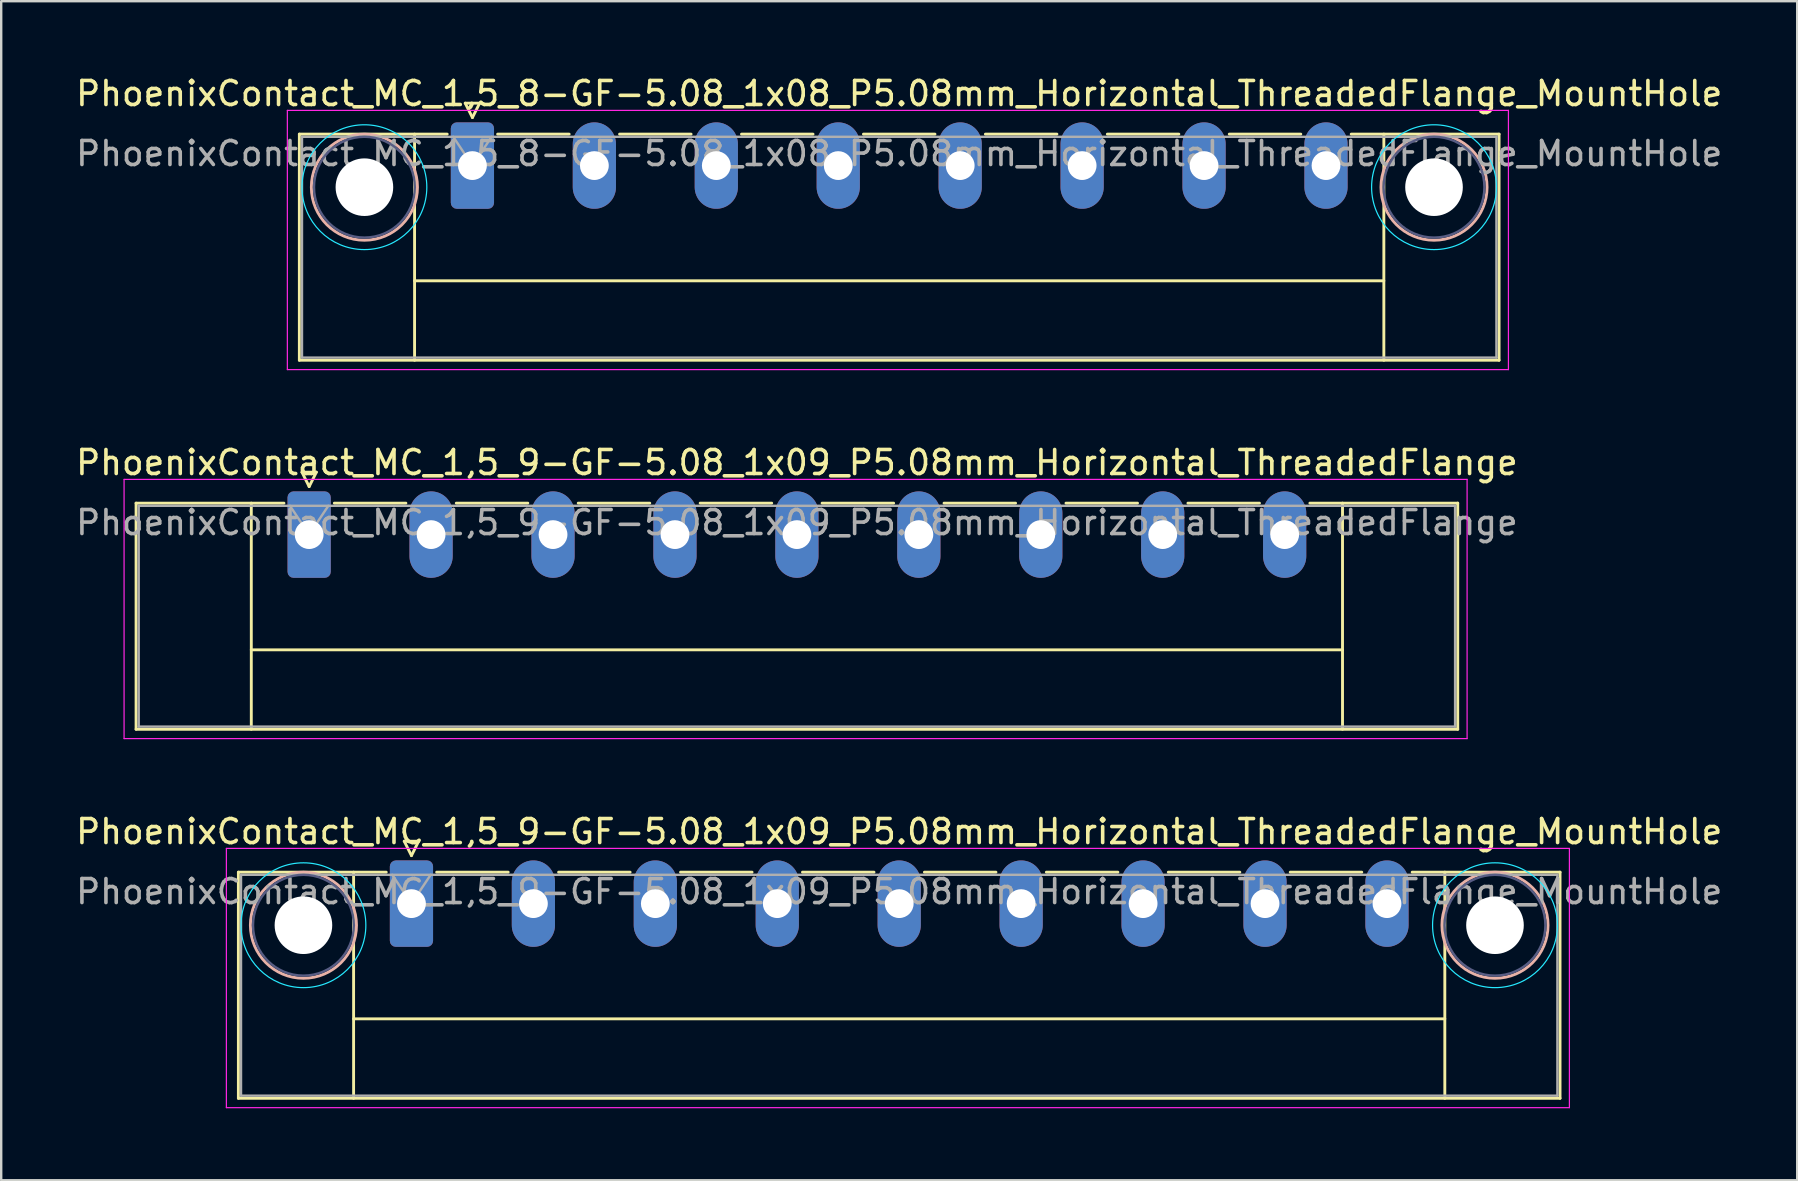
<source format=kicad_pcb>
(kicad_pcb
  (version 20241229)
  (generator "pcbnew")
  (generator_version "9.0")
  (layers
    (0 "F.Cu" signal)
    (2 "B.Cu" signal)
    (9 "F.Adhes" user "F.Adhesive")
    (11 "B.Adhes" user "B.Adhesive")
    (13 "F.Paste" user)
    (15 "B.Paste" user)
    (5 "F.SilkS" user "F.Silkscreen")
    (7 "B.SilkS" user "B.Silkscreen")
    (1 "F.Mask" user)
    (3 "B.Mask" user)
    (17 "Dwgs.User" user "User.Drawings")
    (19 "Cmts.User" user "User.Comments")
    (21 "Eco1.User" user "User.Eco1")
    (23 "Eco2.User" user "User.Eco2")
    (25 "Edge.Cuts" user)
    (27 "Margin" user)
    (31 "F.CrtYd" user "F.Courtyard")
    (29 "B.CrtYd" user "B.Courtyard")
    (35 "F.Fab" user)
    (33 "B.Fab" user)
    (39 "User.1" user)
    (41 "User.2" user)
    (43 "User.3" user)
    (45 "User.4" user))
  (footprint "PhoenixContact_MC_1,5_9-GF-5.08_1x09_P5.08mm_Horizontal_ThreadedFlange_MountHole"
    (layer "F.Cu")
    (at 14.091 34.595)
    (property "Reference" "PhoenixContact_MC_1,5_9-GF-5.08_1x09_P5.08mm_Horizontal_ThreadedFlange_MountHole" (at 20.32 -3 0) (layer "F.SilkS") (effects (font (size 1 1) (thickness 0.15))))
    (attr through_hole)
    (fp_line (start -7.21 -1.31) (end -7.21 8.11) (stroke (width 0.12) (type solid)) (layer "F.SilkS"))
    (fp_line (start -7.21 -1.31) (end -1.05 -1.31) (stroke (width 0.12) (type solid)) (layer "F.SilkS"))
    (fp_line (start -7.21 8.11) (end 47.85 8.11) (stroke (width 0.12) (type solid)) (layer "F.SilkS"))
    (fp_line (start -2.41 -1.31) (end -2.41 8.11) (stroke (width 0.12) (type solid)) (layer "F.SilkS"))
    (fp_line (start -2.41 4.8) (end 43.05 4.8) (stroke (width 0.12) (type solid)) (layer "F.SilkS"))
    (fp_line (start -0.3 -2.6) (end 0.3 -2.6) (stroke (width 0.12) (type solid)) (layer "F.SilkS"))
    (fp_line (start 0 -2) (end -0.3 -2.6) (stroke (width 0.12) (type solid)) (layer "F.SilkS"))
    (fp_line (start 0.3 -2.6) (end 0 -2) (stroke (width 0.12) (type solid)) (layer "F.SilkS"))
    (fp_line (start 1.05 -1.31) (end 4.03 -1.31) (stroke (width 0.12) (type solid)) (layer "F.SilkS"))
    (fp_line (start 6.13 -1.31) (end 9.11 -1.31) (stroke (width 0.12) (type solid)) (layer "F.SilkS"))
    (fp_line (start 11.21 -1.31) (end 14.19 -1.31) (stroke (width 0.12) (type solid)) (layer "F.SilkS"))
    (fp_line (start 16.29 -1.31) (end 19.27 -1.31) (stroke (width 0.12) (type solid)) (layer "F.SilkS"))
    (fp_line (start 21.37 -1.31) (end 24.35 -1.31) (stroke (width 0.12) (type solid)) (layer "F.SilkS"))
    (fp_line (start 26.45 -1.31) (end 29.43 -1.31) (stroke (width 0.12) (type solid)) (layer "F.SilkS"))
    (fp_line (start 31.53 -1.31) (end 34.51 -1.31) (stroke (width 0.12) (type solid)) (layer "F.SilkS"))
    (fp_line (start 36.61 -1.31) (end 39.59 -1.31) (stroke (width 0.12) (type solid)) (layer "F.SilkS"))
    (fp_line (start 43.05 -1.31) (end 43.05 8.11) (stroke (width 0.12) (type solid)) (layer "F.SilkS"))
    (fp_line (start 47.85 -1.31) (end 41.69 -1.31) (stroke (width 0.12) (type solid)) (layer "F.SilkS"))
    (fp_line (start 47.85 8.11) (end 47.85 -1.31) (stroke (width 0.12) (type solid)) (layer "F.SilkS"))
    (fp_circle (center -4.5 0.9) (end -2.29 0.9) (stroke (width 0.12) (type solid)) (fill no) (layer "B.SilkS"))
    (fp_circle (center 45.14 0.9) (end 47.35 0.9) (stroke (width 0.12) (type solid)) (fill no) (layer "B.SilkS"))
    (fp_circle (center -4.5 0.9) (end -1.9 0.9) (stroke (width 0.05) (type solid)) (fill no) (layer "B.CrtYd"))
    (fp_circle (center 45.14 0.9) (end 47.74 0.9) (stroke (width 0.05) (type solid)) (fill no) (layer "B.CrtYd"))
    (fp_line (start -7.71 -2.3) (end -7.71 8.5) (stroke (width 0.05) (type solid)) (layer "F.CrtYd"))
    (fp_line (start -7.71 8.5) (end 48.24 8.5) (stroke (width 0.05) (type solid)) (layer "F.CrtYd"))
    (fp_line (start 48.24 -2.3) (end -7.71 -2.3) (stroke (width 0.05) (type solid)) (layer "F.CrtYd"))
    (fp_line (start 48.24 8.5) (end 48.24 -2.3) (stroke (width 0.05) (type solid)) (layer "F.CrtYd"))
    (fp_circle (center -4.5 0.9) (end -2.4 0.9) (stroke (width 0.1) (type solid)) (fill no) (layer "B.Fab"))
    (fp_circle (center 45.14 0.9) (end 47.24 0.9) (stroke (width 0.1) (type solid)) (fill no) (layer "B.Fab"))
    (fp_line (start -7.1 -1.2) (end -7.1 8) (stroke (width 0.1) (type solid)) (layer "F.Fab"))
    (fp_line (start -7.1 8) (end 47.74 8) (stroke (width 0.1) (type solid)) (layer "F.Fab"))
    (fp_line (start 0 0) (end -0.8 -1.2) (stroke (width 0.1) (type solid)) (layer "F.Fab"))
    (fp_line (start 0.8 -1.2) (end 0 0) (stroke (width 0.1) (type solid)) (layer "F.Fab"))
    (fp_line (start 47.74 -1.2) (end -7.1 -1.2) (stroke (width 0.1) (type solid)) (layer "F.Fab"))
    (fp_line (start 47.74 8) (end 47.74 -1.2) (stroke (width 0.1) (type solid)) (layer "F.Fab"))
    (fp_text user "${REFERENCE}" (at 20.32 -0.5 0) (layer "F.Fab") (effects (font (size 1 1) (thickness 0.15))))
    (pad "" np_thru_hole circle (at -4.5 0.9) (size 2.4 2.4) (drill 2.4) (layers "*.Cu" "*.Mask"))
    (pad "" np_thru_hole circle (at 45.14 0.9) (size 2.4 2.4) (drill 2.4) (layers "*.Cu" "*.Mask"))
    (pad "1" thru_hole roundrect (at 0 0) (size 1.8 3.6) (drill 1.2) (layers "*.Cu" "*.Mask") (roundrect_rratio 0.139))
    (pad "2" thru_hole oval (at 5.08 0) (size 1.8 3.6) (drill 1.2) (layers "*.Cu" "*.Mask"))
    (pad "3" thru_hole oval (at 10.16 0) (size 1.8 3.6) (drill 1.2) (layers "*.Cu" "*.Mask"))
    (pad "4" thru_hole oval (at 15.24 0) (size 1.8 3.6) (drill 1.2) (layers "*.Cu" "*.Mask"))
    (pad "5" thru_hole oval (at 20.32 0) (size 1.8 3.6) (drill 1.2) (layers "*.Cu" "*.Mask"))
    (pad "6" thru_hole oval (at 25.4 0) (size 1.8 3.6) (drill 1.2) (layers "*.Cu" "*.Mask"))
    (pad "7" thru_hole oval (at 30.48 0) (size 1.8 3.6) (drill 1.2) (layers "*.Cu" "*.Mask"))
    (pad "8" thru_hole oval (at 35.56 0) (size 1.8 3.6) (drill 1.2) (layers "*.Cu" "*.Mask"))
    (pad "9" thru_hole oval (at 40.64 0) (size 1.8 3.6) (drill 1.2) (layers "*.Cu" "*.Mask")))
  (footprint "PhoenixContact_MC_1,5_9-GF-5.08_1x09_P5.08mm_Horizontal_ThreadedFlange"
    (layer "F.Cu")
    (at 9.829 19.221)
    (property "Reference" "PhoenixContact_MC_1,5_9-GF-5.08_1x09_P5.08mm_Horizontal_ThreadedFlange" (at 20.32 -3 0) (layer "F.SilkS") (effects (font (size 1 1) (thickness 0.15))))
    (attr through_hole)
    (fp_line (start -7.21 -1.31) (end -7.21 8.11) (stroke (width 0.12) (type solid)) (layer "F.SilkS"))
    (fp_line (start -7.21 -1.31) (end -1.05 -1.31) (stroke (width 0.12) (type solid)) (layer "F.SilkS"))
    (fp_line (start -7.21 8.11) (end 47.85 8.11) (stroke (width 0.12) (type solid)) (layer "F.SilkS"))
    (fp_line (start -2.41 -1.31) (end -2.41 8.11) (stroke (width 0.12) (type solid)) (layer "F.SilkS"))
    (fp_line (start -2.41 4.8) (end 43.05 4.8) (stroke (width 0.12) (type solid)) (layer "F.SilkS"))
    (fp_line (start -0.3 -2.6) (end 0.3 -2.6) (stroke (width 0.12) (type solid)) (layer "F.SilkS"))
    (fp_line (start 0 -2) (end -0.3 -2.6) (stroke (width 0.12) (type solid)) (layer "F.SilkS"))
    (fp_line (start 0.3 -2.6) (end 0 -2) (stroke (width 0.12) (type solid)) (layer "F.SilkS"))
    (fp_line (start 1.05 -1.31) (end 4.03 -1.31) (stroke (width 0.12) (type solid)) (layer "F.SilkS"))
    (fp_line (start 6.13 -1.31) (end 9.11 -1.31) (stroke (width 0.12) (type solid)) (layer "F.SilkS"))
    (fp_line (start 11.21 -1.31) (end 14.19 -1.31) (stroke (width 0.12) (type solid)) (layer "F.SilkS"))
    (fp_line (start 16.29 -1.31) (end 19.27 -1.31) (stroke (width 0.12) (type solid)) (layer "F.SilkS"))
    (fp_line (start 21.37 -1.31) (end 24.35 -1.31) (stroke (width 0.12) (type solid)) (layer "F.SilkS"))
    (fp_line (start 26.45 -1.31) (end 29.43 -1.31) (stroke (width 0.12) (type solid)) (layer "F.SilkS"))
    (fp_line (start 31.53 -1.31) (end 34.51 -1.31) (stroke (width 0.12) (type solid)) (layer "F.SilkS"))
    (fp_line (start 36.61 -1.31) (end 39.59 -1.31) (stroke (width 0.12) (type solid)) (layer "F.SilkS"))
    (fp_line (start 43.05 -1.31) (end 43.05 8.11) (stroke (width 0.12) (type solid)) (layer "F.SilkS"))
    (fp_line (start 47.85 -1.31) (end 41.69 -1.31) (stroke (width 0.12) (type solid)) (layer "F.SilkS"))
    (fp_line (start 47.85 8.11) (end 47.85 -1.31) (stroke (width 0.12) (type solid)) (layer "F.SilkS"))
    (fp_line (start -7.71 -2.3) (end -7.71 8.5) (stroke (width 0.05) (type solid)) (layer "F.CrtYd"))
    (fp_line (start -7.71 8.5) (end 48.24 8.5) (stroke (width 0.05) (type solid)) (layer "F.CrtYd"))
    (fp_line (start 48.24 -2.3) (end -7.71 -2.3) (stroke (width 0.05) (type solid)) (layer "F.CrtYd"))
    (fp_line (start 48.24 8.5) (end 48.24 -2.3) (stroke (width 0.05) (type solid)) (layer "F.CrtYd"))
    (fp_line (start -7.1 -1.2) (end -7.1 8) (stroke (width 0.1) (type solid)) (layer "F.Fab"))
    (fp_line (start -7.1 8) (end 47.74 8) (stroke (width 0.1) (type solid)) (layer "F.Fab"))
    (fp_line (start 0 0) (end -0.8 -1.2) (stroke (width 0.1) (type solid)) (layer "F.Fab"))
    (fp_line (start 0.8 -1.2) (end 0 0) (stroke (width 0.1) (type solid)) (layer "F.Fab"))
    (fp_line (start 47.74 -1.2) (end -7.1 -1.2) (stroke (width 0.1) (type solid)) (layer "F.Fab"))
    (fp_line (start 47.74 8) (end 47.74 -1.2) (stroke (width 0.1) (type solid)) (layer "F.Fab"))
    (fp_text user "${REFERENCE}" (at 20.32 -0.5 0) (layer "F.Fab") (effects (font (size 1 1) (thickness 0.15))))
    (pad "1" thru_hole roundrect (at 0 0) (size 1.8 3.6) (drill 1.2) (layers "*.Cu" "*.Mask") (roundrect_rratio 0.139))
    (pad "2" thru_hole oval (at 5.08 0) (size 1.8 3.6) (drill 1.2) (layers "*.Cu" "*.Mask"))
    (pad "3" thru_hole oval (at 10.16 0) (size 1.8 3.6) (drill 1.2) (layers "*.Cu" "*.Mask"))
    (pad "4" thru_hole oval (at 15.24 0) (size 1.8 3.6) (drill 1.2) (layers "*.Cu" "*.Mask"))
    (pad "5" thru_hole oval (at 20.32 0) (size 1.8 3.6) (drill 1.2) (layers "*.Cu" "*.Mask"))
    (pad "6" thru_hole oval (at 25.4 0) (size 1.8 3.6) (drill 1.2) (layers "*.Cu" "*.Mask"))
    (pad "7" thru_hole oval (at 30.48 0) (size 1.8 3.6) (drill 1.2) (layers "*.Cu" "*.Mask"))
    (pad "8" thru_hole oval (at 35.56 0) (size 1.8 3.6) (drill 1.2) (layers "*.Cu" "*.Mask"))
    (pad "9" thru_hole oval (at 40.64 0) (size 1.8 3.6) (drill 1.2) (layers "*.Cu" "*.Mask")))
  (footprint "PhoenixContact_MC_1,5_8-GF-5.08_1x08_P5.08mm_Horizontal_ThreadedFlange_MountHole"
    (layer "F.Cu")
    (at 16.631 3.848)
    (property "Reference" "PhoenixContact_MC_1,5_8-GF-5.08_1x08_P5.08mm_Horizontal_ThreadedFlange_MountHole" (at 17.78 -3 0) (layer "F.SilkS") (effects (font (size 1 1) (thickness 0.15))))
    (attr through_hole)
    (fp_line (start -7.21 -1.31) (end -7.21 8.11) (stroke (width 0.12) (type solid)) (layer "F.SilkS"))
    (fp_line (start -7.21 -1.31) (end -1.05 -1.31) (stroke (width 0.12) (type solid)) (layer "F.SilkS"))
    (fp_line (start -7.21 8.11) (end 42.77 8.11) (stroke (width 0.12) (type solid)) (layer "F.SilkS"))
    (fp_line (start -2.41 -1.31) (end -2.41 8.11) (stroke (width 0.12) (type solid)) (layer "F.SilkS"))
    (fp_line (start -2.41 4.8) (end 37.97 4.8) (stroke (width 0.12) (type solid)) (layer "F.SilkS"))
    (fp_line (start -0.3 -2.6) (end 0.3 -2.6) (stroke (width 0.12) (type solid)) (layer "F.SilkS"))
    (fp_line (start 0 -2) (end -0.3 -2.6) (stroke (width 0.12) (type solid)) (layer "F.SilkS"))
    (fp_line (start 0.3 -2.6) (end 0 -2) (stroke (width 0.12) (type solid)) (layer "F.SilkS"))
    (fp_line (start 1.05 -1.31) (end 4.03 -1.31) (stroke (width 0.12) (type solid)) (layer "F.SilkS"))
    (fp_line (start 6.13 -1.31) (end 9.11 -1.31) (stroke (width 0.12) (type solid)) (layer "F.SilkS"))
    (fp_line (start 11.21 -1.31) (end 14.19 -1.31) (stroke (width 0.12) (type solid)) (layer "F.SilkS"))
    (fp_line (start 16.29 -1.31) (end 19.27 -1.31) (stroke (width 0.12) (type solid)) (layer "F.SilkS"))
    (fp_line (start 21.37 -1.31) (end 24.35 -1.31) (stroke (width 0.12) (type solid)) (layer "F.SilkS"))
    (fp_line (start 26.45 -1.31) (end 29.43 -1.31) (stroke (width 0.12) (type solid)) (layer "F.SilkS"))
    (fp_line (start 31.53 -1.31) (end 34.51 -1.31) (stroke (width 0.12) (type solid)) (layer "F.SilkS"))
    (fp_line (start 37.97 -1.31) (end 37.97 8.11) (stroke (width 0.12) (type solid)) (layer "F.SilkS"))
    (fp_line (start 42.77 -1.31) (end 36.61 -1.31) (stroke (width 0.12) (type solid)) (layer "F.SilkS"))
    (fp_line (start 42.77 8.11) (end 42.77 -1.31) (stroke (width 0.12) (type solid)) (layer "F.SilkS"))
    (fp_circle (center -4.5 0.9) (end -2.29 0.9) (stroke (width 0.12) (type solid)) (fill no) (layer "B.SilkS"))
    (fp_circle (center 40.06 0.9) (end 42.27 0.9) (stroke (width 0.12) (type solid)) (fill no) (layer "B.SilkS"))
    (fp_circle (center -4.5 0.9) (end -1.9 0.9) (stroke (width 0.05) (type solid)) (fill no) (layer "B.CrtYd"))
    (fp_circle (center 40.06 0.9) (end 42.66 0.9) (stroke (width 0.05) (type solid)) (fill no) (layer "B.CrtYd"))
    (fp_line (start -7.71 -2.3) (end -7.71 8.5) (stroke (width 0.05) (type solid)) (layer "F.CrtYd"))
    (fp_line (start -7.71 8.5) (end 43.16 8.5) (stroke (width 0.05) (type solid)) (layer "F.CrtYd"))
    (fp_line (start 43.16 -2.3) (end -7.71 -2.3) (stroke (width 0.05) (type solid)) (layer "F.CrtYd"))
    (fp_line (start 43.16 8.5) (end 43.16 -2.3) (stroke (width 0.05) (type solid)) (layer "F.CrtYd"))
    (fp_circle (center -4.5 0.9) (end -2.4 0.9) (stroke (width 0.1) (type solid)) (fill no) (layer "B.Fab"))
    (fp_circle (center 40.06 0.9) (end 42.16 0.9) (stroke (width 0.1) (type solid)) (fill no) (layer "B.Fab"))
    (fp_line (start -7.1 -1.2) (end -7.1 8) (stroke (width 0.1) (type solid)) (layer "F.Fab"))
    (fp_line (start -7.1 8) (end 42.66 8) (stroke (width 0.1) (type solid)) (layer "F.Fab"))
    (fp_line (start 0 0) (end -0.8 -1.2) (stroke (width 0.1) (type solid)) (layer "F.Fab"))
    (fp_line (start 0.8 -1.2) (end 0 0) (stroke (width 0.1) (type solid)) (layer "F.Fab"))
    (fp_line (start 42.66 -1.2) (end -7.1 -1.2) (stroke (width 0.1) (type solid)) (layer "F.Fab"))
    (fp_line (start 42.66 8) (end 42.66 -1.2) (stroke (width 0.1) (type solid)) (layer "F.Fab"))
    (fp_text user "${REFERENCE}" (at 17.78 -0.5 0) (layer "F.Fab") (effects (font (size 1 1) (thickness 0.15))))
    (pad "" np_thru_hole circle (at -4.5 0.9) (size 2.4 2.4) (drill 2.4) (layers "*.Cu" "*.Mask"))
    (pad "" np_thru_hole circle (at 40.06 0.9) (size 2.4 2.4) (drill 2.4) (layers "*.Cu" "*.Mask"))
    (pad "1" thru_hole roundrect (at 0 0) (size 1.8 3.6) (drill 1.2) (layers "*.Cu" "*.Mask") (roundrect_rratio 0.139))
    (pad "2" thru_hole oval (at 5.08 0) (size 1.8 3.6) (drill 1.2) (layers "*.Cu" "*.Mask"))
    (pad "3" thru_hole oval (at 10.16 0) (size 1.8 3.6) (drill 1.2) (layers "*.Cu" "*.Mask"))
    (pad "4" thru_hole oval (at 15.24 0) (size 1.8 3.6) (drill 1.2) (layers "*.Cu" "*.Mask"))
    (pad "5" thru_hole oval (at 20.32 0) (size 1.8 3.6) (drill 1.2) (layers "*.Cu" "*.Mask"))
    (pad "6" thru_hole oval (at 25.4 0) (size 1.8 3.6) (drill 1.2) (layers "*.Cu" "*.Mask"))
    (pad "7" thru_hole oval (at 30.48 0) (size 1.8 3.6) (drill 1.2) (layers "*.Cu" "*.Mask"))
    (pad "8" thru_hole oval (at 35.56 0) (size 1.8 3.6) (drill 1.2) (layers "*.Cu" "*.Mask")))
  (gr_rect
    (start -3 -3)
    (end 71.821 46.12)
    (stroke (width 0.1) (type default))
    (fill no)
    (layer "Edge.Cuts")))
</source>
